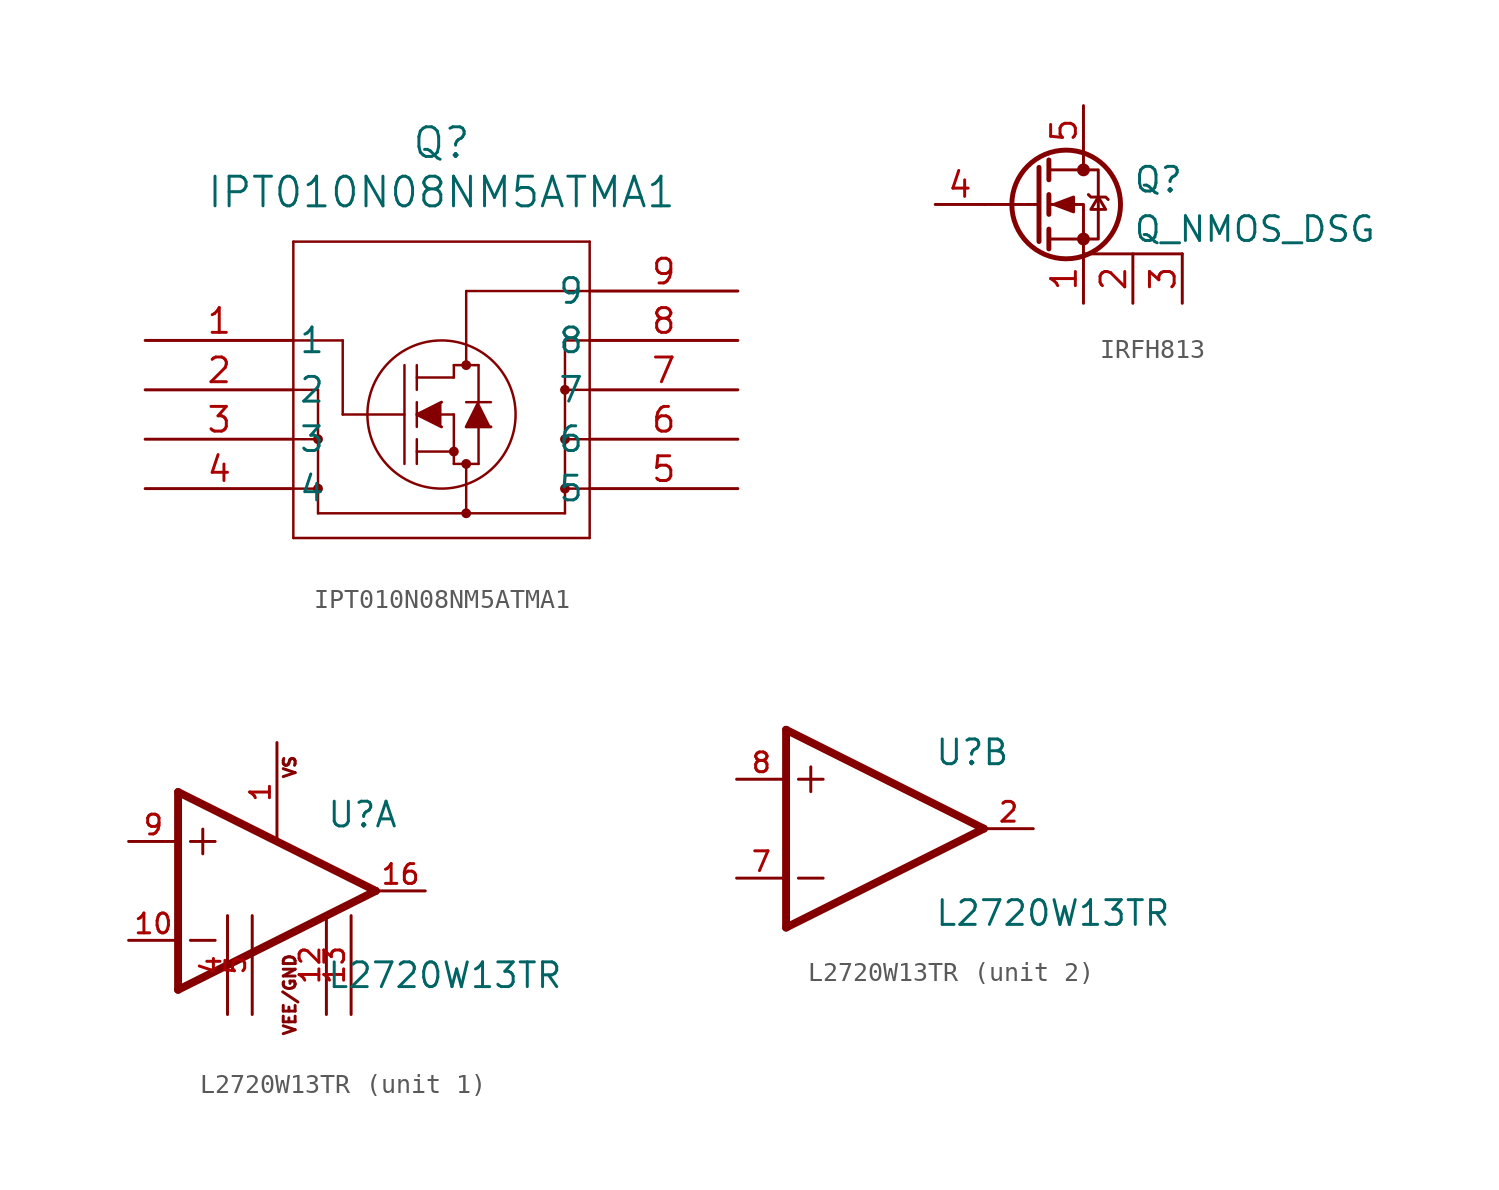
<source format=kicad_sym>
(kicad_symbol_lib
  (version 20241209)
  (generator "kicad_symbol_editor")
  (generator_version "9.0")
  (symbol "IPT010N08NM5ATMA1"
    (pin_names
      (offset 0.254))
    (property "Reference" "Q"
      (at 15.24 10.16 0)
      (effects (font (size 1.524 1.524))))
    (property "Value" "IPT010N08NM5ATMA1"
      (at 15.24 7.62 0)
      (effects (font (size 1.524 1.524))))
    (symbol "IPT010N08NM5ATMA1_0_1"
      (polyline (pts (xy 7.62 5.08) (xy 7.62 -10.16)) (stroke (width 0.127) (type default)) (fill (type none)))
      (polyline (pts (xy 7.62 0) (xy 10.16 0)) (stroke (width 0.127) (type default)) (fill (type none)))
      (polyline (pts (xy 7.62 -2.54) (xy 8.89 -2.54)) (stroke (width 0.127) (type default)) (fill (type none)))
      (polyline (pts (xy 7.62 -5.08) (xy 8.89 -5.08)) (stroke (width 0.127) (type default)) (fill (type none)))
      (polyline (pts (xy 7.62 -7.62) (xy 8.89 -7.62)) (stroke (width 0.127) (type default)) (fill (type none)))
      (polyline (pts (xy 7.62 -10.16) (xy 22.86 -10.16)) (stroke (width 0.127) (type default)) (fill (type none)))
      (polyline (pts (xy 8.89 -2.54) (xy 8.89 -8.89)) (stroke (width 0.127) (type default)) (fill (type none)))
      (circle (center 8.89 -5.08) (radius 0.127) (stroke (width 0.254) (type default)) (fill (type none)))
      (circle (center 8.89 -7.62) (radius 0.127) (stroke (width 0.254) (type default)) (fill (type none)))
      (polyline (pts (xy 8.89 -8.89) (xy 21.59 -8.89)) (stroke (width 0.127) (type default)) (fill (type none)))
      (polyline (pts (xy 10.16 0) (xy 10.16 -3.81)) (stroke (width 0.127) (type default)) (fill (type none)))
      (polyline (pts (xy 10.16 -3.81) (xy 13.335 -3.81)) (stroke (width 0.127) (type default)) (fill (type none)))
      (polyline (pts (xy 13.335 -6.35) (xy 13.335 -1.27)) (stroke (width 0.127) (type default)) (fill (type none)))
      (polyline (pts (xy 13.97 -1.905) (xy 15.875 -1.905)) (stroke (width 0.127) (type default)) (fill (type none)))
      (polyline (pts (xy 13.97 -2.54) (xy 13.97 -1.27)) (stroke (width 0.127) (type default)) (fill (type none)))
      (polyline (pts (xy 13.97 -4.445) (xy 13.97 -3.175)) (stroke (width 0.127) (type default)) (fill (type none)))
      (polyline (pts (xy 13.97 -5.715) (xy 15.875 -5.715)) (stroke (width 0.127) (type default)) (fill (type none)))
      (polyline (pts (xy 13.97 -6.35) (xy 13.97 -5.08)) (stroke (width 0.127) (type default)) (fill (type none)))
      (polyline (pts (xy 15.24 -3.175) (xy 13.97 -3.81) (xy 15.24 -4.445)) (stroke (width 0) (type default)) (fill (type outline)))
      (polyline (pts (xy 15.24 -3.81) (xy 15.875 -3.81)) (stroke (width 0.127) (type default)) (fill (type none)))
      (circle (center 15.24 -3.81) (radius 3.81) (stroke (width 0.127) (type default)) (fill (type none)))
      (polyline (pts (xy 15.875 -1.27) (xy 17.145 -1.27)) (stroke (width 0.127) (type default)) (fill (type none)))
      (polyline (pts (xy 15.875 -1.905) (xy 15.875 -1.27)) (stroke (width 0.127) (type default)) (fill (type none)))
      (circle (center 15.875 -5.715) (radius 0.127) (stroke (width 0.254) (type default)) (fill (type none)))
      (polyline (pts (xy 15.875 -6.35) (xy 15.875 -3.81)) (stroke (width 0.127) (type default)) (fill (type none)))
      (polyline (pts (xy 15.875 -6.35) (xy 17.145 -6.35)) (stroke (width 0.127) (type default)) (fill (type none)))
      (polyline (pts (xy 16.51 2.54) (xy 16.51 -1.27)) (stroke (width 0.127) (type default)) (fill (type none)))
      (circle (center 16.51 -1.27) (radius 0.127) (stroke (width 0.254) (type default)) (fill (type none)))
      (circle (center 16.51 -6.35) (radius 0.127) (stroke (width 0.254) (type default)) (fill (type none)))
      (polyline (pts (xy 16.51 -8.89) (xy 16.51 -6.35)) (stroke (width 0.127) (type default)) (fill (type none)))
      (circle (center 16.51 -8.89) (radius 0.127) (stroke (width 0.254) (type default)) (fill (type none)))
      (polyline (pts (xy 17.145 -3.175) (xy 17.145 -1.27)) (stroke (width 0.127) (type default)) (fill (type none)))
      (polyline (pts (xy 17.145 -6.35) (xy 17.145 -4.445)) (stroke (width 0.127) (type default)) (fill (type none)))
      (polyline (pts (xy 17.78 -3.175) (xy 16.51 -3.175)) (stroke (width 0.127) (type default)) (fill (type none)))
      (polyline (pts (xy 17.78 -4.445) (xy 16.51 -4.445) (xy 17.145 -3.175)) (stroke (width 0) (type default)) (fill (type outline)))
      (circle (center 21.59 -2.54) (radius 0.127) (stroke (width 0.254) (type default)) (fill (type none)))
      (circle (center 21.59 -5.08) (radius 0.127) (stroke (width 0.254) (type default)) (fill (type none)))
      (circle (center 21.59 -7.62) (radius 0.127) (stroke (width 0.254) (type default)) (fill (type none)))
      (polyline (pts (xy 21.59 -8.89) (xy 21.59 0)) (stroke (width 0.127) (type default)) (fill (type none)))
      (polyline (pts (xy 22.86 5.08) (xy 7.62 5.08)) (stroke (width 0.127) (type default)) (fill (type none)))
      (polyline (pts (xy 22.86 2.54) (xy 16.51 2.54)) (stroke (width 0.127) (type default)) (fill (type none)))
      (polyline (pts (xy 22.86 0) (xy 21.59 0)) (stroke (width 0.127) (type default)) (fill (type none)))
      (polyline (pts (xy 22.86 -2.54) (xy 21.59 -2.54)) (stroke (width 0.127) (type default)) (fill (type none)))
      (polyline (pts (xy 22.86 -5.08) (xy 21.59 -5.08)) (stroke (width 0.127) (type default)) (fill (type none)))
      (polyline (pts (xy 22.86 -7.62) (xy 21.59 -7.62)) (stroke (width 0.127) (type default)) (fill (type none)))
      (polyline (pts (xy 22.86 -10.16) (xy 22.86 5.08)) (stroke (width 0.127) (type default)) (fill (type none)))
      (pin unspecified line (at 0 0 0) (length 7.62) (name "1" (effects (font (size 1.27 1.27)))) (number "1" (effects (font (size 1.27 1.27)))))
      (pin unspecified line (at 0 -2.54 0) (length 7.62) (name "2" (effects (font (size 1.27 1.27)))) (number "2" (effects (font (size 1.27 1.27)))))
      (pin unspecified line (at 0 -5.08 0) (length 7.62) (name "3" (effects (font (size 1.27 1.27)))) (number "3" (effects (font (size 1.27 1.27)))))
      (pin unspecified line (at 0 -7.62 0) (length 7.62) (name "4" (effects (font (size 1.27 1.27)))) (number "4" (effects (font (size 1.27 1.27)))))
      (pin unspecified line (at 30.48 2.54 180) (length 7.62) (name "9" (effects (font (size 1.27 1.27)))) (number "9" (effects (font (size 1.27 1.27)))))
      (pin unspecified line (at 30.48 0 180) (length 7.62) (name "8" (effects (font (size 1.27 1.27)))) (number "8" (effects (font (size 1.27 1.27)))))
      (pin unspecified line (at 30.48 -2.54 180) (length 7.62) (name "7" (effects (font (size 1.27 1.27)))) (number "7" (effects (font (size 1.27 1.27)))))
      (pin unspecified line (at 30.48 -5.08 180) (length 7.62) (name "6" (effects (font (size 1.27 1.27)))) (number "6" (effects (font (size 1.27 1.27)))))
      (pin unspecified line (at 30.48 -7.62 180) (length 7.62) (name "5" (effects (font (size 1.27 1.27)))) (number "5" (effects (font (size 1.27 1.27)))))))
  (symbol "IRFH813"
    (pin_names
      (offset 0)
      (hide yes))
    (property "Reference" "Q"
      (at 5.08 1.27 0)
      (effects (font (size 1.27 1.27)) (justify left)))
    (property "Value" "Q_NMOS_DSG"
      (at 5.08 -1.27 0)
      (effects (font (size 1.27 1.27)) (justify left)))
    (symbol "IRFH813_0_1"
      (polyline (pts (xy 0.254 1.905) (xy 0.254 -1.905)) (stroke (width 0.254) (type default)) (fill (type none)))
      (polyline (pts (xy 0.254 0) (xy -2.54 0)) (stroke (width 0) (type default)) (fill (type none)))
      (polyline (pts (xy 0.762 2.286) (xy 0.762 1.27)) (stroke (width 0.254) (type default)) (fill (type none)))
      (polyline (pts (xy 0.762 0.508) (xy 0.762 -0.508)) (stroke (width 0.254) (type default)) (fill (type none)))
      (polyline (pts (xy 0.762 -1.27) (xy 0.762 -2.286)) (stroke (width 0.254) (type default)) (fill (type none)))
      (polyline (pts (xy 0.762 -1.778) (xy 3.302 -1.778) (xy 3.302 1.778) (xy 0.762 1.778)) (stroke (width 0) (type default)) (fill (type none)))
      (polyline (pts (xy 1.016 0) (xy 2.032 0.381) (xy 2.032 -0.381) (xy 1.016 0)) (stroke (width 0) (type default)) (fill (type outline)))
      (circle (center 1.651 0) (radius 2.794) (stroke (width 0.254) (type default)) (fill (type none)))
      (polyline (pts (xy 2.54 2.54) (xy 2.54 1.778)) (stroke (width 0) (type default)) (fill (type none)))
      (circle (center 2.54 1.778) (radius 0.254) (stroke (width 0) (type default)) (fill (type outline)))
      (circle (center 2.54 -1.778) (radius 0.254) (stroke (width 0) (type default)) (fill (type outline)))
      (polyline (pts (xy 2.54 -2.54) (xy 2.54 0) (xy 0.762 0)) (stroke (width 0) (type default)) (fill (type none)))
      (polyline (pts (xy 2.794 0.508) (xy 2.921 0.381) (xy 3.683 0.381) (xy 3.81 0.254)) (stroke (width 0) (type default)) (fill (type none)))
      (polyline (pts (xy 3.302 0.381) (xy 2.921 -0.254) (xy 3.683 -0.254) (xy 3.302 0.381)) (stroke (width 0) (type default)) (fill (type none)))
      (polyline (pts (xy 7.62 -2.54) (xy 2.54 -2.54)) (stroke (width 0) (type default)) (fill (type none))))
    (symbol "IRFH813_1_1"
      (pin input line (at -5.08 0 0) (length 2.54) (name "G" (effects (font (size 1.27 1.27)))) (number "4" (effects (font (size 1.27 1.27)))))
      (pin passive line (at 2.54 5.08 270) (length 2.54) (name "D" (effects (font (size 1.27 1.27)))) (number "5" (effects (font (size 1.27 1.27)))))
      (pin passive line (at 2.54 -5.08 90) (length 2.54) (name "S" (effects (font (size 1.27 1.27)))) (number "1" (effects (font (size 1.27 1.27)))))
      (pin passive line (at 5.08 -5.08 90) (length 2.54) (name "S" (effects (font (size 1.27 1.27)))) (number "2" (effects (font (size 1.27 1.27)))))
      (pin passive line (at 7.62 -5.08 90) (length 2.54) (name "S" (effects (font (size 1.27 1.27)))) (number "3" (effects (font (size 1.27 1.27)))))))
  (symbol "L2720W13TR"
    (pin_names
      (offset 1.016))
    (property "Reference" "U"
      (at 2.54 3.175 0)
      (effects (font (size 1.27 1.27)) (justify left bottom)))
    (property "Value" "L2720W13TR"
      (at 2.54 -5.08 0)
      (effects (font (size 1.27 1.27)) (justify left bottom)))
    (symbol "L2720W13TR_1_0"
      (polyline (pts (xy -5.08 5.08) (xy -5.08 -5.08)) (stroke (width 0.406) (type default)) (fill (type none)))
      (polyline (pts (xy -5.08 -5.08) (xy 5.08 0)) (stroke (width 0.406) (type default)) (fill (type none)))
      (polyline (pts (xy -4.445 2.54) (xy -3.175 2.54)) (stroke (width 0.152) (type default)) (fill (type none)))
      (polyline (pts (xy -4.445 -2.54) (xy -3.175 -2.54)) (stroke (width 0.152) (type default)) (fill (type none)))
      (polyline (pts (xy -3.81 3.175) (xy -3.81 1.905)) (stroke (width 0.152) (type default)) (fill (type none)))
      (polyline (pts (xy 5.08 0) (xy -5.08 5.08)) (stroke (width 0.406) (type default)) (fill (type none)))
      (text "VS" (at 1.016 5.715 900) (effects (font (size 0.61 0.61)) (justify left bottom)))
      (text "VEE/GND" (at 1.016 -7.493 900) (effects (font (size 0.61 0.61)) (justify left bottom)))
      (pin input line (at -7.62 2.54 0) (length 2.54) (name "~" (effects (font (size 1.016 1.016)))) (number "9" (effects (font (size 1.016 1.016)))))
      (pin input line (at -7.62 -2.54 0) (length 2.54) (name "~" (effects (font (size 1.016 1.016)))) (number "10" (effects (font (size 1.016 1.016)))))
      (pin power_in line (at -2.54 -6.35 90) (length 5.08) (name "~" (effects (font (size 1.016 1.016)))) (number "4" (effects (font (size 1.016 1.016)))))
      (pin power_in line (at -1.27 -6.35 90) (length 5.08) (name "~" (effects (font (size 1.016 1.016)))) (number "5" (effects (font (size 1.016 1.016)))))
      (pin power_in line (at 0 7.62 270) (length 5.08) (name "~" (effects (font (size 1.016 1.016)))) (number "1" (effects (font (size 1.016 1.016)))))
      (pin power_in line (at 2.54 -6.35 90) (length 5.08) (name "~" (effects (font (size 1.016 1.016)))) (number "12" (effects (font (size 1.016 1.016)))))
      (pin power_in line (at 3.81 -6.35 90) (length 5.08) (name "~" (effects (font (size 1.016 1.016)))) (number "13" (effects (font (size 1.016 1.016)))))
      (pin output line (at 7.62 0 180) (length 2.54) (name "~" (effects (font (size 1.016 1.016)))) (number "16" (effects (font (size 1.016 1.016))))))
    (symbol "L2720W13TR_2_0"
      (polyline (pts (xy -5.08 5.08) (xy -5.08 -5.08)) (stroke (width 0.406) (type default)) (fill (type none)))
      (polyline (pts (xy -5.08 -5.08) (xy 5.08 0)) (stroke (width 0.406) (type default)) (fill (type none)))
      (polyline (pts (xy -4.445 2.54) (xy -3.175 2.54)) (stroke (width 0.152) (type default)) (fill (type none)))
      (polyline (pts (xy -4.445 -2.54) (xy -3.175 -2.54)) (stroke (width 0.152) (type default)) (fill (type none)))
      (polyline (pts (xy -3.81 3.175) (xy -3.81 1.905)) (stroke (width 0.152) (type default)) (fill (type none)))
      (polyline (pts (xy 5.08 0) (xy -5.08 5.08)) (stroke (width 0.406) (type default)) (fill (type none)))
      (pin input line (at -7.62 2.54 0) (length 2.54) (name "~" (effects (font (size 1.016 1.016)))) (number "8" (effects (font (size 1.016 1.016)))))
      (pin input line (at -7.62 -2.54 0) (length 2.54) (name "~" (effects (font (size 1.016 1.016)))) (number "7" (effects (font (size 1.016 1.016)))))
      (pin output line (at 7.62 0 180) (length 2.54) (name "~" (effects (font (size 1.016 1.016)))) (number "2" (effects (font (size 1.016 1.016))))))))
</source>
